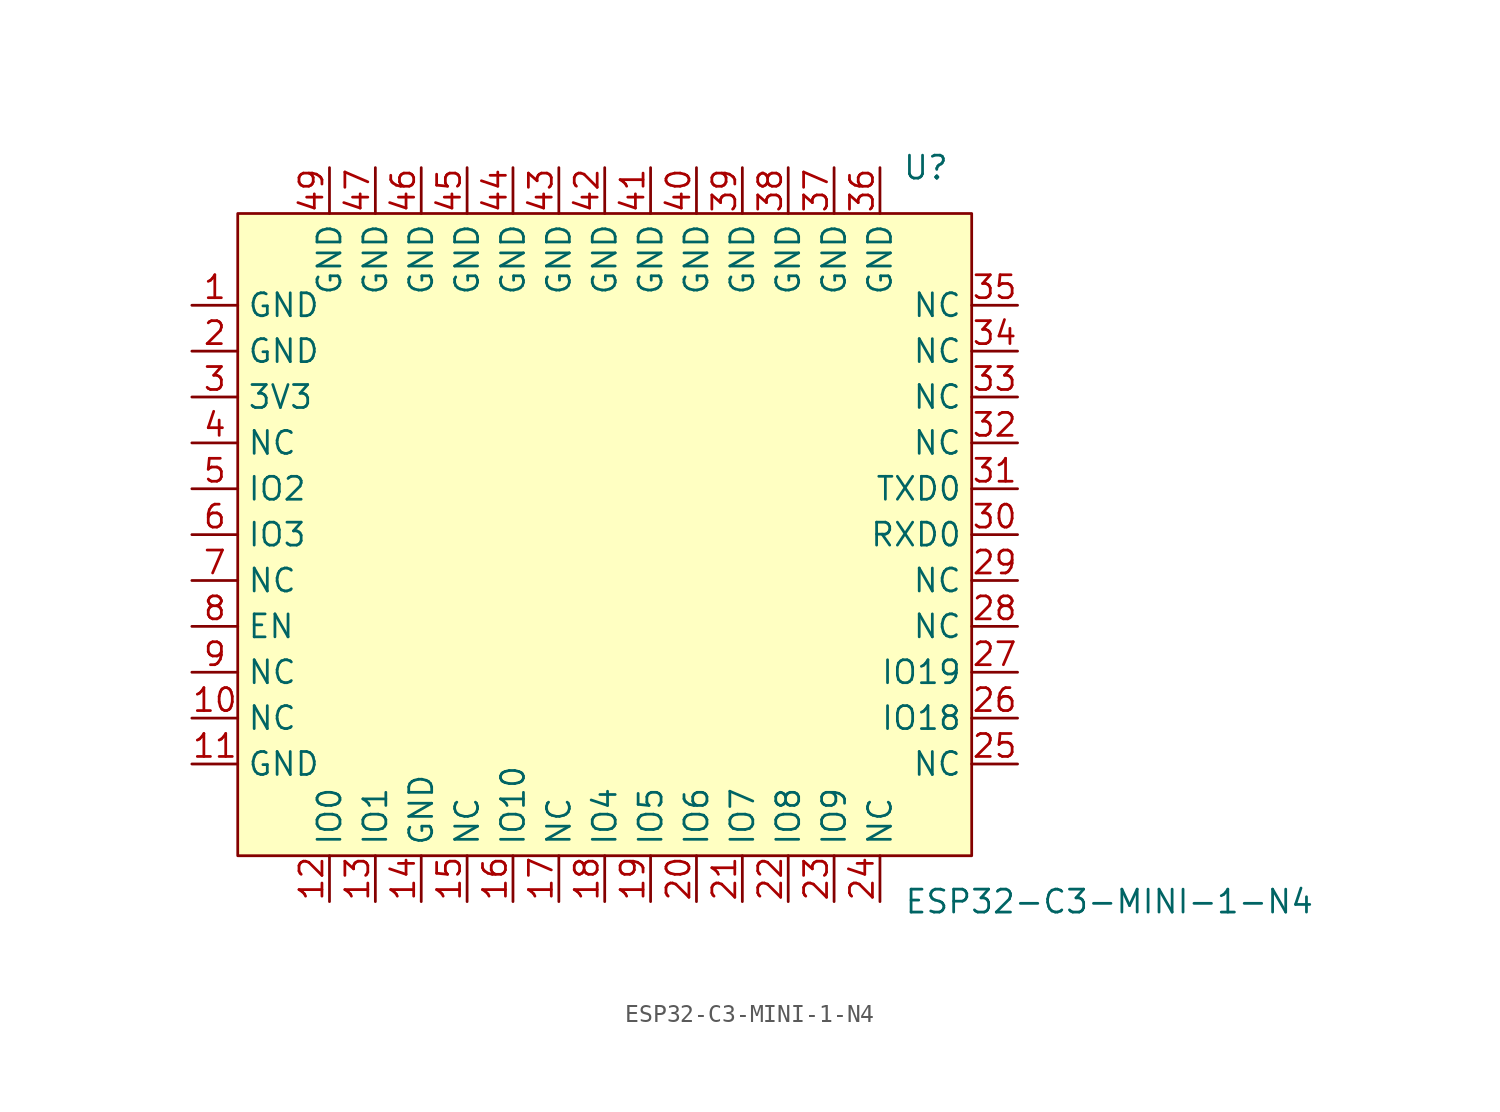
<source format=kicad_sym>
(kicad_symbol_lib
  (version 20211014)
  (generator kicad_symbol_editor)
  (symbol "ESP32-C3-MINI-1-N4"
    (property "Reference" "U"
      (at 22.86 17.78 0)
      (effects (font (size 1.27 1.27))))
    (property "Value" "ESP32-C3-MINI-1-N4"
      (at 33.02 -22.86 0)
      (effects (font (size 1.27 1.27))))
    (symbol "ESP32-C3-MINI-1-N4_0_1"
      (rectangle (start -15.24 15.24) (end 25.4 -20.32) (stroke (width 0) (type default) (color 0 0 0 0)) (fill (type background))))
    (symbol "ESP32-C3-MINI-1-N4_1_1"
      (pin input line (at -17.78 10.16 0) (length 2.54) (name "GND" (effects (font (size 1.27 1.27)))) (number "1" (effects (font (size 1.27 1.27)))))
      (pin input line (at -17.78 -12.7 0) (length 2.54) (name "NC" (effects (font (size 1.27 1.27)))) (number "10" (effects (font (size 1.27 1.27)))))
      (pin input line (at -17.78 -15.24 0) (length 2.54) (name "GND" (effects (font (size 1.27 1.27)))) (number "11" (effects (font (size 1.27 1.27)))))
      (pin input line (at -10.16 -22.86 90) (length 2.54) (name "IO0" (effects (font (size 1.27 1.27)))) (number "12" (effects (font (size 1.27 1.27)))))
      (pin input line (at -7.62 -22.86 90) (length 2.54) (name "IO1" (effects (font (size 1.27 1.27)))) (number "13" (effects (font (size 1.27 1.27)))))
      (pin input line (at -5.08 -22.86 90) (length 2.54) (name "GND" (effects (font (size 1.27 1.27)))) (number "14" (effects (font (size 1.27 1.27)))))
      (pin input line (at -2.54 -22.86 90) (length 2.54) (name "NC" (effects (font (size 1.27 1.27)))) (number "15" (effects (font (size 1.27 1.27)))))
      (pin input line (at 0 -22.86 90) (length 2.54) (name "IO10" (effects (font (size 1.27 1.27)))) (number "16" (effects (font (size 1.27 1.27)))))
      (pin input line (at 2.54 -22.86 90) (length 2.54) (name "NC" (effects (font (size 1.27 1.27)))) (number "17" (effects (font (size 1.27 1.27)))))
      (pin input line (at 5.08 -22.86 90) (length 2.54) (name "IO4" (effects (font (size 1.27 1.27)))) (number "18" (effects (font (size 1.27 1.27)))))
      (pin input line (at 7.62 -22.86 90) (length 2.54) (name "IO5" (effects (font (size 1.27 1.27)))) (number "19" (effects (font (size 1.27 1.27)))))
      (pin input line (at -17.78 7.62 0) (length 2.54) (name "GND" (effects (font (size 1.27 1.27)))) (number "2" (effects (font (size 1.27 1.27)))))
      (pin input line (at 10.16 -22.86 90) (length 2.54) (name "IO6" (effects (font (size 1.27 1.27)))) (number "20" (effects (font (size 1.27 1.27)))))
      (pin input line (at 12.7 -22.86 90) (length 2.54) (name "IO7" (effects (font (size 1.27 1.27)))) (number "21" (effects (font (size 1.27 1.27)))))
      (pin input line (at 15.24 -22.86 90) (length 2.54) (name "IO8" (effects (font (size 1.27 1.27)))) (number "22" (effects (font (size 1.27 1.27)))))
      (pin input line (at 17.78 -22.86 90) (length 2.54) (name "IO9" (effects (font (size 1.27 1.27)))) (number "23" (effects (font (size 1.27 1.27)))))
      (pin input line (at 20.32 -22.86 90) (length 2.54) (name "NC" (effects (font (size 1.27 1.27)))) (number "24" (effects (font (size 1.27 1.27)))))
      (pin input line (at 27.94 -15.24 180) (length 2.54) (name "NC" (effects (font (size 1.27 1.27)))) (number "25" (effects (font (size 1.27 1.27)))))
      (pin input line (at 27.94 -12.7 180) (length 2.54) (name "IO18" (effects (font (size 1.27 1.27)))) (number "26" (effects (font (size 1.27 1.27)))))
      (pin input line (at 27.94 -10.16 180) (length 2.54) (name "IO19" (effects (font (size 1.27 1.27)))) (number "27" (effects (font (size 1.27 1.27)))))
      (pin input line (at 27.94 -7.62 180) (length 2.54) (name "NC" (effects (font (size 1.27 1.27)))) (number "28" (effects (font (size 1.27 1.27)))))
      (pin input line (at 27.94 -5.08 180) (length 2.54) (name "NC" (effects (font (size 1.27 1.27)))) (number "29" (effects (font (size 1.27 1.27)))))
      (pin input line (at -17.78 5.08 0) (length 2.54) (name "3V3" (effects (font (size 1.27 1.27)))) (number "3" (effects (font (size 1.27 1.27)))))
      (pin input line (at 27.94 -2.54 180) (length 2.54) (name "RXD0" (effects (font (size 1.27 1.27)))) (number "30" (effects (font (size 1.27 1.27)))))
      (pin input line (at 27.94 0 180) (length 2.54) (name "TXD0" (effects (font (size 1.27 1.27)))) (number "31" (effects (font (size 1.27 1.27)))))
      (pin input line (at 27.94 2.54 180) (length 2.54) (name "NC" (effects (font (size 1.27 1.27)))) (number "32" (effects (font (size 1.27 1.27)))))
      (pin input line (at 27.94 5.08 180) (length 2.54) (name "NC" (effects (font (size 1.27 1.27)))) (number "33" (effects (font (size 1.27 1.27)))))
      (pin input line (at 27.94 7.62 180) (length 2.54) (name "NC" (effects (font (size 1.27 1.27)))) (number "34" (effects (font (size 1.27 1.27)))))
      (pin input line (at 27.94 10.16 180) (length 2.54) (name "NC" (effects (font (size 1.27 1.27)))) (number "35" (effects (font (size 1.27 1.27)))))
      (pin input line (at 20.32 17.78 270) (length 2.54) (name "GND" (effects (font (size 1.27 1.27)))) (number "36" (effects (font (size 1.27 1.27)))))
      (pin input line (at 17.78 17.78 270) (length 2.54) (name "GND" (effects (font (size 1.27 1.27)))) (number "37" (effects (font (size 1.27 1.27)))))
      (pin input line (at 15.24 17.78 270) (length 2.54) (name "GND" (effects (font (size 1.27 1.27)))) (number "38" (effects (font (size 1.27 1.27)))))
      (pin input line (at 12.7 17.78 270) (length 2.54) (name "GND" (effects (font (size 1.27 1.27)))) (number "39" (effects (font (size 1.27 1.27)))))
      (pin input line (at -17.78 2.54 0) (length 2.54) (name "NC" (effects (font (size 1.27 1.27)))) (number "4" (effects (font (size 1.27 1.27)))))
      (pin input line (at 10.16 17.78 270) (length 2.54) (name "GND" (effects (font (size 1.27 1.27)))) (number "40" (effects (font (size 1.27 1.27)))))
      (pin input line (at 7.62 17.78 270) (length 2.54) (name "GND" (effects (font (size 1.27 1.27)))) (number "41" (effects (font (size 1.27 1.27)))))
      (pin input line (at 5.08 17.78 270) (length 2.54) (name "GND" (effects (font (size 1.27 1.27)))) (number "42" (effects (font (size 1.27 1.27)))))
      (pin input line (at 2.54 17.78 270) (length 2.54) (name "GND" (effects (font (size 1.27 1.27)))) (number "43" (effects (font (size 1.27 1.27)))))
      (pin input line (at 0 17.78 270) (length 2.54) (name "GND" (effects (font (size 1.27 1.27)))) (number "44" (effects (font (size 1.27 1.27)))))
      (pin input line (at -2.54 17.78 270) (length 2.54) (name "GND" (effects (font (size 1.27 1.27)))) (number "45" (effects (font (size 1.27 1.27)))))
      (pin input line (at -5.08 17.78 270) (length 2.54) (name "GND" (effects (font (size 1.27 1.27)))) (number "46" (effects (font (size 1.27 1.27)))))
      (pin input line (at -7.62 17.78 270) (length 2.54) (name "GND" (effects (font (size 1.27 1.27)))) (number "47" (effects (font (size 1.27 1.27)))))
      (pin input line (at -10.16 17.78 270) (length 2.54) hide (name "GND" (effects (font (size 1.27 1.27)))) (number "48" (effects (font (size 1.27 1.27)))))
      (pin input line (at -10.16 17.78 270) (length 2.54) (name "GND" (effects (font (size 1.27 1.27)))) (number "49" (effects (font (size 1.27 1.27)))))
      (pin input line (at -17.78 0 0) (length 2.54) (name "IO2" (effects (font (size 1.27 1.27)))) (number "5" (effects (font (size 1.27 1.27)))))
      (pin input line (at -10.16 17.78 270) (length 2.54) hide (name "GND" (effects (font (size 1.27 1.27)))) (number "50" (effects (font (size 1.27 1.27)))))
      (pin input line (at -10.16 17.78 270) (length 2.54) hide (name "GND" (effects (font (size 1.27 1.27)))) (number "51" (effects (font (size 1.27 1.27)))))
      (pin input line (at -10.16 17.78 270) (length 2.54) hide (name "GND" (effects (font (size 1.27 1.27)))) (number "52" (effects (font (size 1.27 1.27)))))
      (pin input line (at -17.78 -2.54 0) (length 2.54) (name "IO3" (effects (font (size 1.27 1.27)))) (number "6" (effects (font (size 1.27 1.27)))))
      (pin input line (at -17.78 -5.08 0) (length 2.54) (name "NC" (effects (font (size 1.27 1.27)))) (number "7" (effects (font (size 1.27 1.27)))))
      (pin input line (at -17.78 -7.62 0) (length 2.54) (name "EN" (effects (font (size 1.27 1.27)))) (number "8" (effects (font (size 1.27 1.27)))))
      (pin input line (at -17.78 -10.16 0) (length 2.54) (name "NC" (effects (font (size 1.27 1.27)))) (number "9" (effects (font (size 1.27 1.27))))))))
</source>
